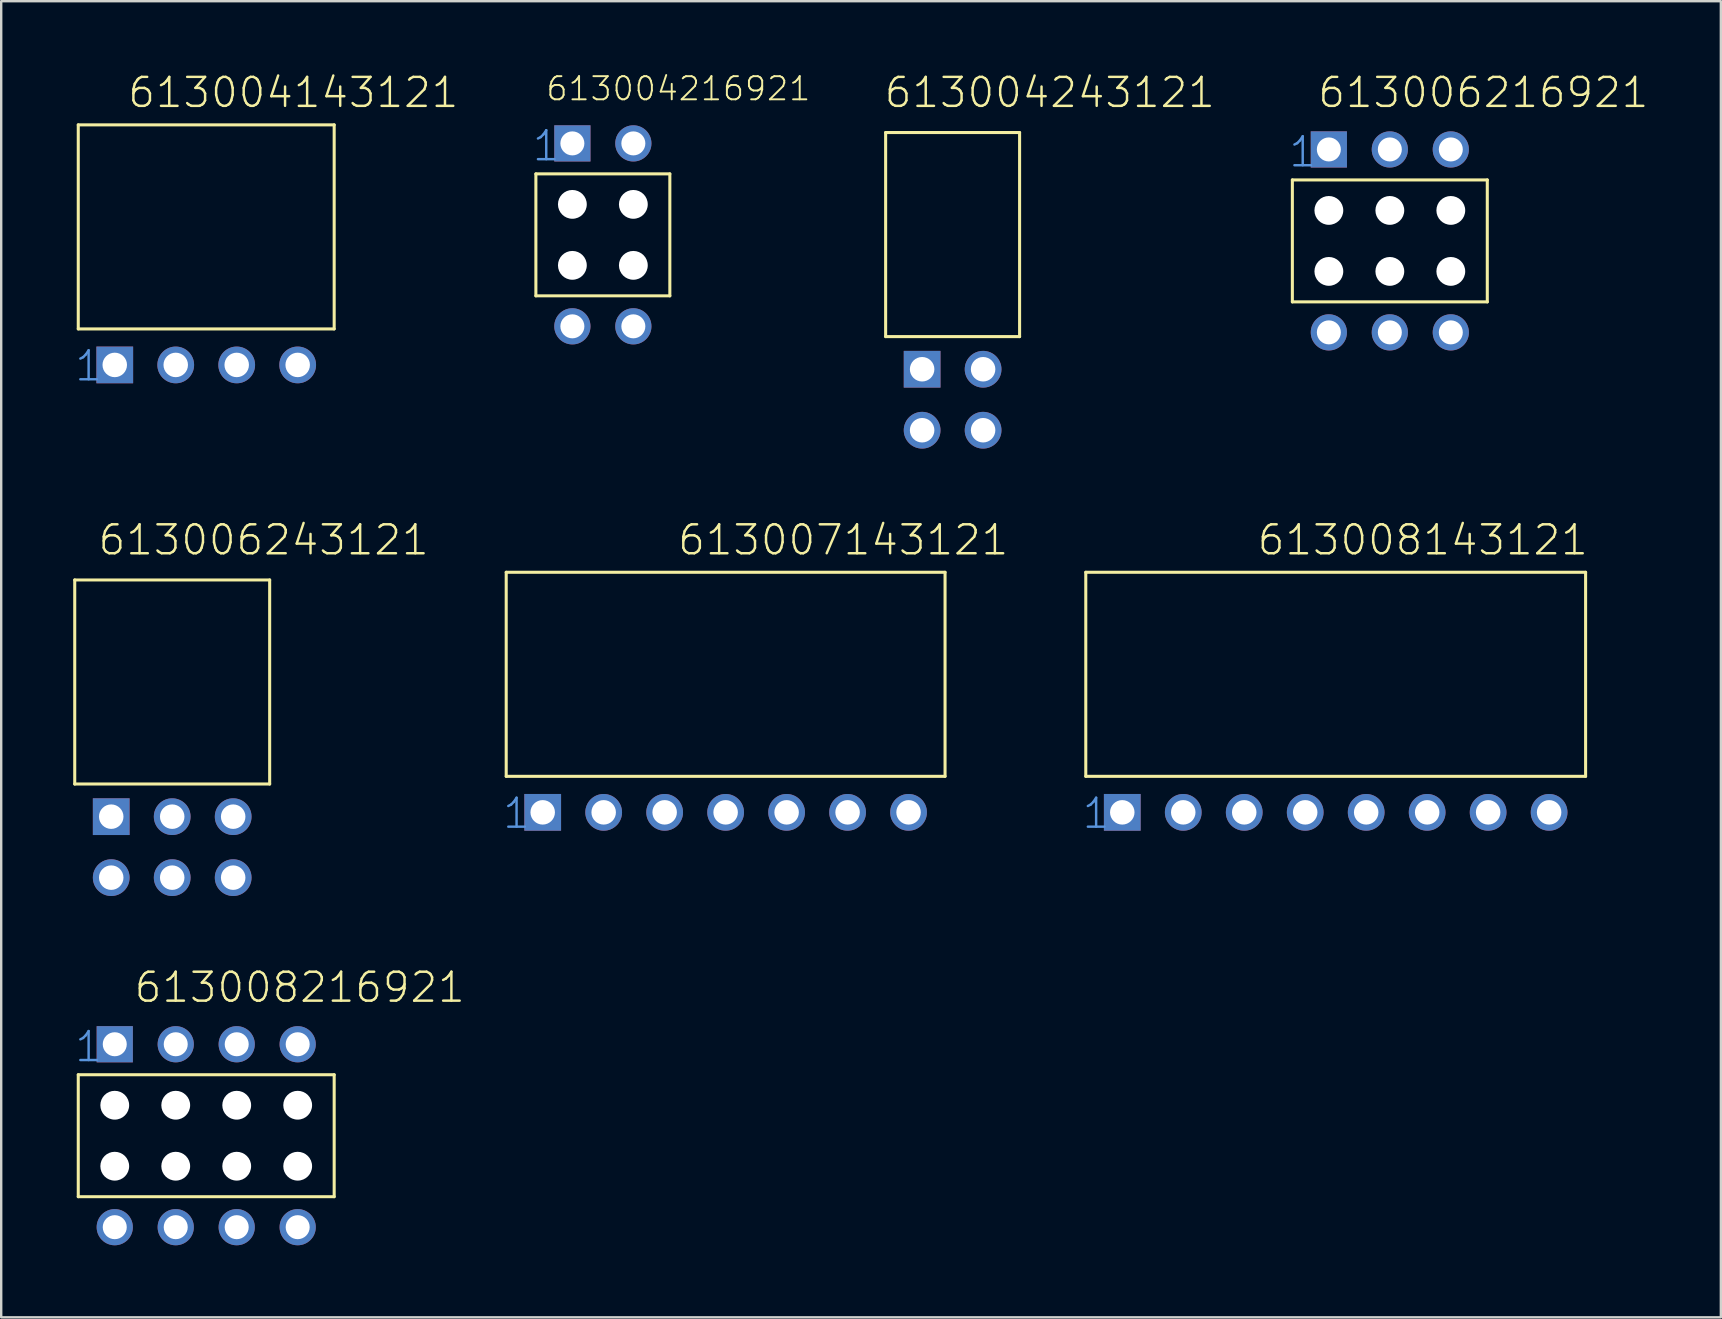
<source format=kicad_pcb>
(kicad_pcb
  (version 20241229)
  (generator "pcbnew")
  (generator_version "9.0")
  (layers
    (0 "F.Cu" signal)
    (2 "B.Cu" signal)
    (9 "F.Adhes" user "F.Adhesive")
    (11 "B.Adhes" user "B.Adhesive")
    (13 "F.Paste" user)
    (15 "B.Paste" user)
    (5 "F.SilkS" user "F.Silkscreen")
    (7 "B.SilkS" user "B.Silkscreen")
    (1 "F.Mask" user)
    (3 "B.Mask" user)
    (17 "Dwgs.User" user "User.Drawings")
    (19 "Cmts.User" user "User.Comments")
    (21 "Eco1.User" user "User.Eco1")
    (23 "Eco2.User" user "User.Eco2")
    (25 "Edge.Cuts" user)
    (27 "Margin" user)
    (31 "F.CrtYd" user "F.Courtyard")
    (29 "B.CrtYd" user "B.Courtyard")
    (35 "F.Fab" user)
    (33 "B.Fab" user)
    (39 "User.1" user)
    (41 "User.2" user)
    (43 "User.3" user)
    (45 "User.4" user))
  (footprint "613004143121"
    (layer "F.Cu")
    (at 5.54 12.151)
    (property "Reference" "613004143121" (at -3.33 -10.64 0) (layer "F.SilkS") (effects (font (size 1.206 1.206) (thickness 0.102)) (justify left bottom)))
    (attr through_hole)
    (fp_line (start -5.33 -10) (end -5.33 -1.5) (stroke (width 0.127) (type solid)) (layer "F.SilkS"))
    (fp_line (start -5.33 -10) (end 5.33 -10) (stroke (width 0.127) (type solid)) (layer "F.SilkS"))
    (fp_line (start -5.33 -1.5) (end 5.33 -1.5) (stroke (width 0.127) (type solid)) (layer "F.SilkS"))
    (fp_line (start 5.33 -10) (end 5.33 -1.5) (stroke (width 0.127) (type solid)) (layer "F.SilkS"))
    (fp_text user "1" (at -5.54 0.75 0) (layer "Cmts.User") (effects (font (size 1.206 1.206) (thickness 0.102)) (justify left bottom)))
    (pad "1" thru_hole rect (at -3.81 0) (size 1.53 1.53) (drill 1.02) (layers "*.Cu" "*.Mask"))
    (pad "2" thru_hole circle (at -1.27 0) (size 1.53 1.53) (drill 1.02) (layers "*.Cu" "*.Mask"))
    (pad "3" thru_hole circle (at 1.27 0) (size 1.53 1.53) (drill 1.02) (layers "*.Cu" "*.Mask"))
    (pad "4" thru_hole circle (at 3.81 0) (size 1.53 1.53) (drill 1.02) (layers "*.Cu" "*.Mask")))
  (footprint "613006216921"
    (layer "F.Cu")
    (at 54.843 6.985)
    (property "Reference" "613006216921" (at -3.063 -5.474 0) (layer "F.SilkS") (effects (font (size 1.206 1.206) (thickness 0.102)) (justify left bottom)))
    (attr through_hole)
    (fp_line (start -4.06 -2.54) (end -4.06 2.54) (stroke (width 0.127) (type solid)) (layer "F.SilkS"))
    (fp_line (start -4.06 2.54) (end 4.06 2.54) (stroke (width 0.127) (type solid)) (layer "F.SilkS"))
    (fp_line (start 4.06 -2.54) (end -4.06 -2.54) (stroke (width 0.127) (type solid)) (layer "F.SilkS"))
    (fp_line (start 4.06 2.54) (end 4.06 -2.54) (stroke (width 0.127) (type solid)) (layer "F.SilkS"))
    (fp_text user "1" (at -4.27 -3 0) (layer "Cmts.User") (effects (font (size 1.206 1.206) (thickness 0.102)) (justify left bottom)))
    (pad "" np_thru_hole circle (at -2.54 -1.27) (size 1.2 1.2) (drill 1.2) (layers "*.Cu"))
    (pad "" np_thru_hole circle (at -2.54 1.27) (size 1.2 1.2) (drill 1.2) (layers "*.Cu"))
    (pad "" np_thru_hole circle (at 0 -1.27) (size 1.2 1.2) (drill 1.2) (layers "*.Cu"))
    (pad "" np_thru_hole circle (at 0 1.27) (size 1.2 1.2) (drill 1.2) (layers "*.Cu"))
    (pad "" np_thru_hole circle (at 2.54 -1.27) (size 1.2 1.2) (drill 1.2) (layers "*.Cu"))
    (pad "" np_thru_hole circle (at 2.54 1.27) (size 1.2 1.2) (drill 1.2) (layers "*.Cu"))
    (pad "1" thru_hole rect (at -2.54 -3.81) (size 1.508 1.508) (drill 1) (layers "*.Cu" "*.Mask"))
    (pad "2" thru_hole circle (at 0 -3.81) (size 1.508 1.508) (drill 1) (layers "*.Cu" "*.Mask"))
    (pad "3" thru_hole circle (at 2.54 -3.81) (size 1.508 1.508) (drill 1) (layers "*.Cu" "*.Mask"))
    (pad "4" thru_hole circle (at 2.54 3.81) (size 1.508 1.508) (drill 1) (layers "*.Cu" "*.Mask"))
    (pad "5" thru_hole circle (at 0 3.81) (size 1.508 1.508) (drill 1) (layers "*.Cu" "*.Mask"))
    (pad "6" thru_hole circle (at -2.54 3.81) (size 1.508 1.508) (drill 1) (layers "*.Cu" "*.Mask")))
  (footprint "613008143121"
    (layer "F.Cu")
    (at 52.588 30.788)
    (property "Reference" "613008143121" (at -3.33 -10.64 0) (layer "F.SilkS") (effects (font (size 1.206 1.206) (thickness 0.102)) (justify left bottom)))
    (attr through_hole)
    (fp_line (start -10.41 -10) (end -10.41 -1.5) (stroke (width 0.127) (type solid)) (layer "F.SilkS"))
    (fp_line (start -10.41 -10) (end 10.41 -10) (stroke (width 0.127) (type solid)) (layer "F.SilkS"))
    (fp_line (start -10.41 -1.5) (end 10.41 -1.5) (stroke (width 0.127) (type solid)) (layer "F.SilkS"))
    (fp_line (start 10.41 -10) (end 10.41 -1.5) (stroke (width 0.127) (type solid)) (layer "F.SilkS"))
    (fp_text user "1" (at -10.62 0.75 0) (layer "Cmts.User") (effects (font (size 1.206 1.206) (thickness 0.102)) (justify left bottom)))
    (pad "1" thru_hole rect (at -8.89 0) (size 1.53 1.53) (drill 1.02) (layers "*.Cu" "*.Mask"))
    (pad "2" thru_hole circle (at -6.35 0) (size 1.53 1.53) (drill 1.02) (layers "*.Cu" "*.Mask"))
    (pad "3" thru_hole circle (at -3.81 0) (size 1.53 1.53) (drill 1.02) (layers "*.Cu" "*.Mask"))
    (pad "4" thru_hole circle (at -1.27 0) (size 1.53 1.53) (drill 1.02) (layers "*.Cu" "*.Mask"))
    (pad "5" thru_hole circle (at 1.27 0) (size 1.53 1.53) (drill 1.02) (layers "*.Cu" "*.Mask"))
    (pad "6" thru_hole circle (at 3.81 0) (size 1.53 1.53) (drill 1.02) (layers "*.Cu" "*.Mask"))
    (pad "7" thru_hole circle (at 6.35 0) (size 1.53 1.53) (drill 1.02) (layers "*.Cu" "*.Mask"))
    (pad "8" thru_hole circle (at 8.89 0) (size 1.53 1.53) (drill 1.02) (layers "*.Cu" "*.Mask")))
  (footprint "613004216921"
    (layer "F.Cu")
    (at 22.062 6.733)
    (property "Reference" "613004216921" (at -2.423 -5.524 0) (layer "F.SilkS") (effects (font (size 0.965 0.965) (thickness 0.081)) (justify left bottom)))
    (attr through_hole)
    (fp_line (start -2.79 -2.54) (end -2.79 2.54) (stroke (width 0.127) (type solid)) (layer "F.SilkS"))
    (fp_line (start -2.79 2.54) (end 2.79 2.54) (stroke (width 0.127) (type solid)) (layer "F.SilkS"))
    (fp_line (start 2.79 -2.54) (end -2.79 -2.54) (stroke (width 0.127) (type solid)) (layer "F.SilkS"))
    (fp_line (start 2.79 2.54) (end 2.79 -2.54) (stroke (width 0.127) (type solid)) (layer "F.SilkS"))
    (fp_text user "1" (at -3 -3 0) (layer "Cmts.User") (effects (font (size 1.206 1.206) (thickness 0.102)) (justify left bottom)))
    (pad "" np_thru_hole circle (at -1.27 -1.27) (size 1.2 1.2) (drill 1.2) (layers "*.Cu"))
    (pad "" np_thru_hole circle (at -1.27 1.27) (size 1.2 1.2) (drill 1.2) (layers "*.Cu"))
    (pad "" np_thru_hole circle (at 1.27 -1.27) (size 1.2 1.2) (drill 1.2) (layers "*.Cu"))
    (pad "" np_thru_hole circle (at 1.27 1.27) (size 1.2 1.2) (drill 1.2) (layers "*.Cu"))
    (pad "1" thru_hole rect (at -1.27 -3.81) (size 1.508 1.508) (drill 1) (layers "*.Cu" "*.Mask"))
    (pad "2" thru_hole circle (at 1.27 -3.81) (size 1.508 1.508) (drill 1) (layers "*.Cu" "*.Mask"))
    (pad "3" thru_hole circle (at 1.27 3.81) (size 1.508 1.508) (drill 1) (layers "*.Cu" "*.Mask"))
    (pad "4" thru_hole circle (at -1.27 3.81) (size 1.508 1.508) (drill 1) (layers "*.Cu" "*.Mask")))
  (footprint "613007143121"
    (layer "F.Cu")
    (at 27.176 30.788)
    (property "Reference" "613007143121" (at -2.06 -10.64 0) (layer "F.SilkS") (effects (font (size 1.206 1.206) (thickness 0.102)) (justify left bottom)))
    (attr through_hole)
    (fp_line (start -9.14 -10) (end -9.14 -1.5) (stroke (width 0.127) (type solid)) (layer "F.SilkS"))
    (fp_line (start -9.14 -10) (end 9.14 -10) (stroke (width 0.127) (type solid)) (layer "F.SilkS"))
    (fp_line (start -9.14 -1.5) (end 9.14 -1.5) (stroke (width 0.127) (type solid)) (layer "F.SilkS"))
    (fp_line (start 9.14 -10) (end 9.14 -1.5) (stroke (width 0.127) (type solid)) (layer "F.SilkS"))
    (fp_text user "1" (at -9.35 0.75 0) (layer "Cmts.User") (effects (font (size 1.206 1.206) (thickness 0.102)) (justify left bottom)))
    (pad "1" thru_hole rect (at -7.62 0) (size 1.53 1.53) (drill 1.02) (layers "*.Cu" "*.Mask"))
    (pad "2" thru_hole circle (at -5.08 0) (size 1.53 1.53) (drill 1.02) (layers "*.Cu" "*.Mask"))
    (pad "3" thru_hole circle (at -2.54 0) (size 1.53 1.53) (drill 1.02) (layers "*.Cu" "*.Mask"))
    (pad "4" thru_hole circle (at 0 0) (size 1.53 1.53) (drill 1.02) (layers "*.Cu" "*.Mask"))
    (pad "5" thru_hole circle (at 2.54 0) (size 1.53 1.53) (drill 1.02) (layers "*.Cu" "*.Mask"))
    (pad "6" thru_hole circle (at 5.08 0) (size 1.53 1.53) (drill 1.02) (layers "*.Cu" "*.Mask"))
    (pad "7" thru_hole circle (at 7.62 0) (size 1.53 1.53) (drill 1.02) (layers "*.Cu" "*.Mask")))
  (footprint "613008216921"
    (layer "F.Cu")
    (at 5.54 44.258)
    (property "Reference" "613008216921" (at -3.063 -5.474 0) (layer "F.SilkS") (effects (font (size 1.206 1.206) (thickness 0.102)) (justify left bottom)))
    (attr through_hole)
    (fp_line (start -5.33 -2.54) (end -5.33 2.54) (stroke (width 0.127) (type solid)) (layer "F.SilkS"))
    (fp_line (start -5.33 2.54) (end 5.33 2.54) (stroke (width 0.127) (type solid)) (layer "F.SilkS"))
    (fp_line (start 5.33 -2.54) (end -5.33 -2.54) (stroke (width 0.127) (type solid)) (layer "F.SilkS"))
    (fp_line (start 5.33 2.54) (end 5.33 -2.54) (stroke (width 0.127) (type solid)) (layer "F.SilkS"))
    (fp_text user "1" (at -5.54 -3 0) (layer "Cmts.User") (effects (font (size 1.206 1.206) (thickness 0.102)) (justify left bottom)))
    (pad "" np_thru_hole circle (at -3.81 -1.27) (size 1.2 1.2) (drill 1.2) (layers "*.Cu"))
    (pad "" np_thru_hole circle (at -3.81 1.27) (size 1.2 1.2) (drill 1.2) (layers "*.Cu"))
    (pad "" np_thru_hole circle (at -1.27 -1.27) (size 1.2 1.2) (drill 1.2) (layers "*.Cu"))
    (pad "" np_thru_hole circle (at -1.27 1.27) (size 1.2 1.2) (drill 1.2) (layers "*.Cu"))
    (pad "" np_thru_hole circle (at 1.27 -1.27) (size 1.2 1.2) (drill 1.2) (layers "*.Cu"))
    (pad "" np_thru_hole circle (at 1.27 1.27) (size 1.2 1.2) (drill 1.2) (layers "*.Cu"))
    (pad "" np_thru_hole circle (at 3.81 -1.27) (size 1.2 1.2) (drill 1.2) (layers "*.Cu"))
    (pad "" np_thru_hole circle (at 3.81 1.27) (size 1.2 1.2) (drill 1.2) (layers "*.Cu"))
    (pad "1" thru_hole rect (at -3.81 -3.81) (size 1.508 1.508) (drill 1) (layers "*.Cu" "*.Mask"))
    (pad "2" thru_hole circle (at -1.27 -3.81) (size 1.508 1.508) (drill 1) (layers "*.Cu" "*.Mask"))
    (pad "3" thru_hole circle (at 1.27 -3.81) (size 1.508 1.508) (drill 1) (layers "*.Cu" "*.Mask"))
    (pad "4" thru_hole circle (at 3.81 -3.81) (size 1.508 1.508) (drill 1) (layers "*.Cu" "*.Mask"))
    (pad "5" thru_hole circle (at 3.81 3.81) (size 1.508 1.508) (drill 1) (layers "*.Cu" "*.Mask"))
    (pad "6" thru_hole circle (at 1.27 3.81) (size 1.508 1.508) (drill 1) (layers "*.Cu" "*.Mask"))
    (pad "7" thru_hole circle (at -1.27 3.81) (size 1.508 1.508) (drill 1) (layers "*.Cu" "*.Mask"))
    (pad "8" thru_hole circle (at -3.81 3.81) (size 1.508 1.508) (drill 1) (layers "*.Cu" "*.Mask")))
  (footprint "613004243121"
    (layer "F.Cu")
    (at 36.631 12.331)
    (property "Reference" "613004243121" (at -2.91 -10.82 0) (layer "F.SilkS") (effects (font (size 1.206 1.206) (thickness 0.102)) (justify left bottom)))
    (attr through_hole)
    (fp_line (start -2.79 -9.86) (end -2.79 -1.36) (stroke (width 0.127) (type solid)) (layer "F.SilkS"))
    (fp_line (start -2.79 -9.86) (end 2.79 -9.86) (stroke (width 0.127) (type solid)) (layer "F.SilkS"))
    (fp_line (start -2.79 -1.36) (end 2.79 -1.36) (stroke (width 0.127) (type solid)) (layer "F.SilkS"))
    (fp_line (start 2.79 -1.36) (end 2.79 -9.86) (stroke (width 0.127) (type solid)) (layer "F.SilkS"))
    (pad "1" thru_hole rect (at -1.27 0) (size 1.53 1.53) (drill 1.02) (layers "*.Cu" "*.Mask"))
    (pad "2" thru_hole circle (at 1.27 0) (size 1.53 1.53) (drill 1.02) (layers "*.Cu" "*.Mask"))
    (pad "3" thru_hole circle (at 1.27 2.54) (size 1.53 1.53) (drill 1.02) (layers "*.Cu" "*.Mask"))
    (pad "4" thru_hole circle (at -1.27 2.54) (size 1.53 1.53) (drill 1.02) (layers "*.Cu" "*.Mask")))
  (footprint "613006243121"
    (layer "F.Cu")
    (at 4.123 30.968)
    (property "Reference" "613006243121" (at -3.15 -10.82 0) (layer "F.SilkS") (effects (font (size 1.206 1.206) (thickness 0.102)) (justify left bottom)))
    (attr through_hole)
    (fp_line (start -4.06 -9.86) (end -4.06 -1.36) (stroke (width 0.127) (type solid)) (layer "F.SilkS"))
    (fp_line (start -4.06 -9.86) (end 4.06 -9.86) (stroke (width 0.127) (type solid)) (layer "F.SilkS"))
    (fp_line (start -4.06 -1.36) (end 4.06 -1.36) (stroke (width 0.127) (type solid)) (layer "F.SilkS"))
    (fp_line (start 4.06 -1.36) (end 4.06 -9.86) (stroke (width 0.127) (type solid)) (layer "F.SilkS"))
    (pad "1" thru_hole rect (at -2.54 0) (size 1.53 1.53) (drill 1.02) (layers "*.Cu" "*.Mask"))
    (pad "2" thru_hole circle (at 0 0) (size 1.53 1.53) (drill 1.02) (layers "*.Cu" "*.Mask"))
    (pad "3" thru_hole circle (at 2.54 0) (size 1.53 1.53) (drill 1.02) (layers "*.Cu" "*.Mask"))
    (pad "4" thru_hole circle (at 2.54 2.54) (size 1.53 1.53) (drill 1.02) (layers "*.Cu" "*.Mask"))
    (pad "5" thru_hole circle (at 0 2.54) (size 1.53 1.53) (drill 1.02) (layers "*.Cu" "*.Mask"))
    (pad "6" thru_hole circle (at -2.54 2.54) (size 1.53 1.53) (drill 1.02) (layers "*.Cu" "*.Mask")))
  (gr_rect
    (start -3 -3)
    (end 68.632 51.822)
    (stroke (width 0.1) (type default))
    (fill no)
    (layer "Edge.Cuts")))
</source>
